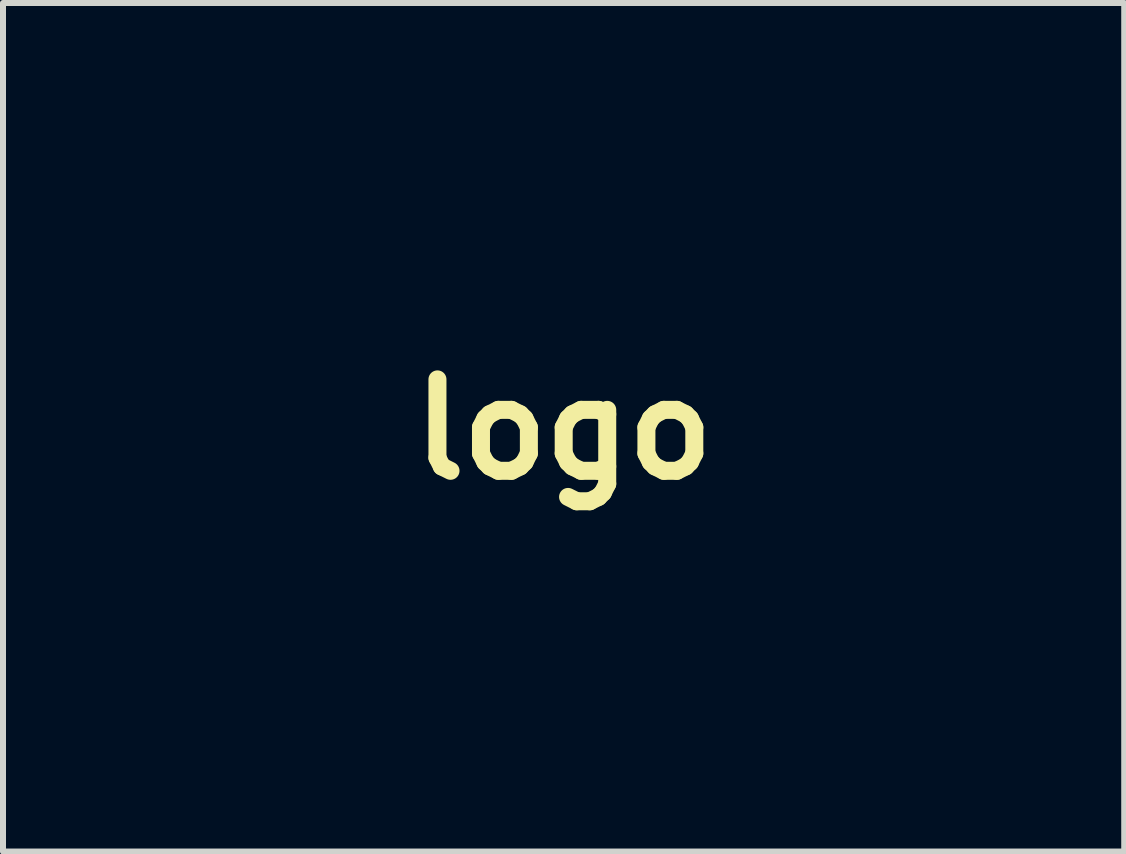
<source format=kicad_pcb>
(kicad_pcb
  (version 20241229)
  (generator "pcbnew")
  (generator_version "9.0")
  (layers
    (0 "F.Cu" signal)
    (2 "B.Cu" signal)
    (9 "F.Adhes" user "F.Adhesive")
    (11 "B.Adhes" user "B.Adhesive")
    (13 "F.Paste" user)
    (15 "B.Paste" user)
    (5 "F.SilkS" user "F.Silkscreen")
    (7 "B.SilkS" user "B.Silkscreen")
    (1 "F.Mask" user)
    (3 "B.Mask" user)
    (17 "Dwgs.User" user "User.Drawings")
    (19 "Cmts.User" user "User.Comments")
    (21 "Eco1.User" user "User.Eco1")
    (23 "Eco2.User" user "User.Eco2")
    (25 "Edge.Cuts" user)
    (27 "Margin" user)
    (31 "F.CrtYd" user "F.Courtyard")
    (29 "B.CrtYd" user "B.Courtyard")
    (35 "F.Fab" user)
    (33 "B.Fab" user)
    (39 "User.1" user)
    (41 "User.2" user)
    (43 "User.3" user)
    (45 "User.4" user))
  (footprint "logo"
    (layer "F.Cu")
    (at 6.347 4.109)
    (property "Reference" "logo" (at 0 0 0) (layer "F.SilkS") (effects (font (size 1.524 1.524) (thickness 0.3))))
    (attr through_hole)
    (fp_poly (pts (xy 2.633 3.59) (xy 2.63 3.605) (xy 2.616 3.607) (xy 2.595 3.598) (xy 2.599 3.59) (xy 2.629 3.587) (xy 2.633 3.59)) (stroke (width 0.01) (type solid)) (fill yes) (layer "F.Mask"))
    (fp_poly (pts (xy 3.217 3.59) (xy 3.214 3.605) (xy 3.2 3.607) (xy 3.179 3.598) (xy 3.183 3.59) (xy 3.214 3.587) (xy 3.217 3.59)) (stroke (width 0.01) (type solid)) (fill yes) (layer "F.Mask"))
    (fp_poly (pts (xy 3.348 -3.226) (xy 3.363 -3.217) (xy 3.414 -3.17) (xy 3.417 -3.125) (xy 3.39 -3.089) (xy 3.329 -3.051) (xy 3.269 -3.064) (xy 3.24 -3.088) (xy 3.205 -3.136) (xy 3.214 -3.175) (xy 3.256 -3.211) (xy 3.306 -3.236) (xy 3.348 -3.226)) (stroke (width 0.01) (type solid)) (fill yes) (layer "F.Mask"))
    (fp_poly (pts (xy 4.288 3.048) (xy 4.303 3.057) (xy 4.354 3.104) (xy 4.357 3.149) (xy 4.33 3.185) (xy 4.269 3.222) (xy 4.209 3.209) (xy 4.18 3.186) (xy 4.145 3.138) (xy 4.154 3.099) (xy 4.196 3.062) (xy 4.245 3.037) (xy 4.288 3.048)) (stroke (width 0.01) (type solid)) (fill yes) (layer "F.Mask"))
    (fp_poly (pts (xy -0.167 -1.118) (xy -0.046 -1.055) (xy 0.059 -0.96) (xy 0.138 -0.845) (xy 0.173 -0.747) (xy 0.183 -0.594) (xy 0.156 -0.428) (xy 0.095 -0.267) (xy 0.093 -0.264) (xy 0.067 -0.223) (xy 0.015 -0.153) (xy -0.057 -0.058) (xy -0.144 0.053) (xy -0.241 0.177) (xy -0.344 0.305) (xy -0.447 0.432) (xy -0.545 0.552) (xy -0.634 0.659) (xy -0.707 0.746) (xy -0.762 0.807) (xy -0.791 0.836) (xy -0.794 0.838) (xy -0.811 0.819) (xy -0.856 0.765) (xy -0.924 0.683) (xy -1.011 0.576) (xy -1.113 0.451) (xy -1.219 0.32) (xy -1.368 0.135) (xy -1.487 -0.017) (xy -1.578 -0.143) (xy -1.647 -0.248) (xy -1.694 -0.338) (xy -1.725 -0.419) (xy -1.742 -0.497) (xy -1.748 -0.577) (xy -1.746 -0.65) (xy -1.739 -0.754) (xy -1.724 -0.827) (xy -1.694 -0.886) (xy -1.667 -0.925) (xy -1.55 -1.043) (xy -1.416 -1.115) (xy -1.27 -1.14) (xy -1.179 -1.132) (xy -1.091 -1.095) (xy -0.999 -1.024) (xy -0.915 -0.933) (xy -0.854 -0.835) (xy -0.836 -0.79) (xy -0.808 -0.715) (xy -0.784 -0.69) (xy -0.762 -0.715) (xy -0.75 -0.761) (xy -0.701 -0.878) (xy -0.616 -0.985) (xy -0.508 -1.072) (xy -0.388 -1.127) (xy -0.292 -1.142) (xy -0.167 -1.118)) (stroke (width 0.01) (type solid)) (fill yes) (layer "F.Mask"))
    (fp_poly (pts (xy -1.362 2.697) (xy -1.336 2.712) (xy -1.333 2.745) (xy -1.353 2.8) (xy -1.399 2.885) (xy -1.471 3.005) (xy -1.49 3.035) (xy -1.627 3.261) (xy -1.736 3.456) (xy -1.818 3.621) (xy -1.873 3.753) (xy -1.9 3.851) (xy -1.9 3.914) (xy -1.872 3.941) (xy -1.817 3.93) (xy -1.734 3.88) (xy -1.623 3.789) (xy -1.539 3.712) (xy -1.471 3.649) (xy -1.426 3.612) (xy -1.409 3.605) (xy -1.416 3.62) (xy -1.478 3.697) (xy -1.564 3.785) (xy -1.658 3.871) (xy -1.747 3.94) (xy -1.798 3.972) (xy -1.904 4.01) (xy -1.99 4.008) (xy -2.051 3.967) (xy -2.081 3.89) (xy -2.083 3.859) (xy -2.086 3.82) (xy -2.106 3.824) (xy -2.128 3.843) (xy -2.201 3.893) (xy -2.3 3.94) (xy -2.401 3.974) (xy -2.48 3.987) (xy -2.577 3.968) (xy -2.644 3.911) (xy -2.674 3.825) (xy -2.674 3.823) (xy -2.513 3.823) (xy -2.511 3.893) (xy -2.498 3.92) (xy -2.45 3.936) (xy -2.377 3.93) (xy -2.294 3.903) (xy -2.278 3.896) (xy -2.167 3.824) (xy -2.075 3.726) (xy -1.993 3.591) (xy -1.967 3.536) (xy -1.92 3.425) (xy -1.9 3.349) (xy -1.906 3.3) (xy -1.939 3.271) (xy -1.959 3.263) (xy -2.05 3.259) (xy -2.151 3.298) (xy -2.254 3.372) (xy -2.352 3.476) (xy -2.437 3.605) (xy -2.45 3.629) (xy -2.491 3.73) (xy -2.513 3.823) (xy -2.674 3.823) (xy -2.675 3.799) (xy -2.672 3.706) (xy -2.792 3.819) (xy -2.919 3.925) (xy -3.029 3.989) (xy -3.118 4.012) (xy -3.185 3.992) (xy -3.195 3.983) (xy -3.219 3.944) (xy -3.222 3.887) (xy -3.204 3.805) (xy -3.164 3.691) (xy -3.124 3.594) (xy -3.082 3.491) (xy -3.048 3.405) (xy -3.027 3.347) (xy -3.023 3.329) (xy -3.04 3.303) (xy -3.089 3.314) (xy -3.17 3.361) (xy -3.223 3.399) (xy -3.293 3.458) (xy -3.35 3.523) (xy -3.405 3.608) (xy -3.465 3.723) (xy -3.528 3.849) (xy -3.575 3.936) (xy -3.611 3.988) (xy -3.643 4.014) (xy -3.674 4.019) (xy -3.712 4.009) (xy -3.713 4.009) (xy -3.781 3.985) (xy -3.683 3.802) (xy -3.598 3.635) (xy -3.537 3.498) (xy -3.502 3.394) (xy -3.492 3.324) (xy -3.509 3.293) (xy -3.553 3.301) (xy -3.558 3.303) (xy -3.604 3.32) (xy -3.625 3.318) (xy -3.613 3.3) (xy -3.568 3.271) (xy -3.549 3.262) (xy -3.459 3.233) (xy -3.385 3.237) (xy -3.339 3.271) (xy -3.327 3.315) (xy -3.323 3.363) (xy -3.314 3.378) (xy -3.288 3.365) (xy -3.235 3.33) (xy -3.196 3.302) (xy -3.094 3.246) (xy -2.997 3.226) (xy -2.915 3.243) (xy -2.885 3.266) (xy -2.861 3.293) (xy -2.85 3.322) (xy -2.854 3.361) (xy -2.875 3.421) (xy -2.914 3.511) (xy -2.959 3.607) (xy -3.021 3.744) (xy -3.058 3.841) (xy -3.072 3.903) (xy -3.062 3.933) (xy -3.047 3.937) (xy -2.977 3.915) (xy -2.883 3.848) (xy -2.765 3.737) (xy -2.622 3.581) (xy -2.509 3.447) (xy -2.404 3.345) (xy -2.286 3.268) (xy -2.163 3.22) (xy -2.046 3.204) (xy -1.944 3.224) (xy -1.9 3.25) (xy -1.838 3.299) (xy -1.792 3.218) (xy -1.706 3.071) (xy -1.622 2.94) (xy -1.545 2.831) (xy -1.48 2.749) (xy -1.431 2.702) (xy -1.41 2.693) (xy -1.362 2.697)) (stroke (width 0.01) (type solid)) (fill yes) (layer "F.Mask"))
    (fp_poly (pts (xy 4.28 -4.06) (xy 4.314 -4.05) (xy 4.304 -4.037) (xy 4.25 -4.027) (xy 4.172 -4.021) (xy 4.057 -4.012) (xy 3.941 -3.986) (xy 3.822 -3.943) (xy 3.697 -3.879) (xy 3.563 -3.793) (xy 3.415 -3.681) (xy 3.252 -3.542) (xy 3.07 -3.373) (xy 2.866 -3.171) (xy 2.636 -2.935) (xy 2.378 -2.662) (xy 2.366 -2.648) (xy 2.248 -2.522) (xy 2.158 -2.429) (xy 2.091 -2.364) (xy 2.042 -2.322) (xy 2.003 -2.299) (xy 1.97 -2.288) (xy 1.941 -2.286) (xy 1.877 -2.294) (xy 1.854 -2.321) (xy 1.854 -2.325) (xy 1.865 -2.374) (xy 1.895 -2.465) (xy 1.943 -2.594) (xy 2.007 -2.757) (xy 2.087 -2.95) (xy 2.176 -3.159) (xy 2.23 -3.287) (xy 2.276 -3.397) (xy 2.31 -3.482) (xy 2.328 -3.533) (xy 2.331 -3.545) (xy 2.312 -3.529) (xy 2.265 -3.481) (xy 2.194 -3.406) (xy 2.103 -3.309) (xy 1.999 -3.196) (xy 1.886 -3.072) (xy 1.768 -2.943) (xy 1.651 -2.814) (xy 1.54 -2.69) (xy 1.44 -2.578) (xy 1.355 -2.481) (xy 1.346 -2.47) (xy 1.269 -2.384) (xy 1.214 -2.329) (xy 1.171 -2.3) (xy 1.129 -2.288) (xy 1.092 -2.286) (xy 0.998 -2.286) (xy 1.124 -2.635) (xy 1.223 -2.925) (xy 1.298 -3.18) (xy 1.349 -3.399) (xy 1.375 -3.58) (xy 1.377 -3.721) (xy 1.354 -3.82) (xy 1.35 -3.829) (xy 1.282 -3.903) (xy 1.181 -3.947) (xy 1.054 -3.959) (xy 0.907 -3.938) (xy 0.826 -3.914) (xy 0.656 -3.834) (xy 0.522 -3.723) (xy 0.43 -3.596) (xy 0.379 -3.477) (xy 0.356 -3.354) (xy 0.361 -3.242) (xy 0.394 -3.157) (xy 0.467 -3.095) (xy 0.568 -3.063) (xy 0.684 -3.067) (xy 0.712 -3.074) (xy 0.779 -3.089) (xy 0.822 -3.093) (xy 0.829 -3.091) (xy 0.814 -3.079) (xy 0.762 -3.06) (xy 0.726 -3.048) (xy 0.583 -3.029) (xy 0.463 -3.051) (xy 0.371 -3.111) (xy 0.311 -3.203) (xy 0.288 -3.323) (xy 0.306 -3.465) (xy 0.314 -3.491) (xy 0.387 -3.649) (xy 0.502 -3.782) (xy 0.66 -3.893) (xy 0.719 -3.924) (xy 0.892 -3.993) (xy 1.059 -4.028) (xy 1.211 -4.031) (xy 1.343 -4.002) (xy 1.447 -3.94) (xy 1.501 -3.877) (xy 1.535 -3.78) (xy 1.546 -3.644) (xy 1.535 -3.475) (xy 1.503 -3.278) (xy 1.45 -3.061) (xy 1.377 -2.828) (xy 1.347 -2.746) (xy 1.313 -2.651) (xy 1.289 -2.575) (xy 1.278 -2.531) (xy 1.278 -2.523) (xy 1.297 -2.539) (xy 1.345 -2.587) (xy 1.418 -2.664) (xy 1.511 -2.764) (xy 1.62 -2.882) (xy 1.729 -3.003) (xy 1.9 -3.193) (xy 2.041 -3.348) (xy 2.154 -3.472) (xy 2.243 -3.569) (xy 2.312 -3.641) (xy 2.365 -3.692) (xy 2.404 -3.725) (xy 2.433 -3.743) (xy 2.456 -3.751) (xy 2.476 -3.751) (xy 2.496 -3.746) (xy 2.508 -3.742) (xy 2.589 -3.721) (xy 2.448 -3.391) (xy 2.355 -3.171) (xy 2.273 -2.974) (xy 2.203 -2.804) (xy 2.148 -2.665) (xy 2.109 -2.562) (xy 2.087 -2.499) (xy 2.083 -2.481) (xy 2.1 -2.492) (xy 2.149 -2.535) (xy 2.226 -2.606) (xy 2.327 -2.702) (xy 2.448 -2.818) (xy 2.584 -2.951) (xy 2.724 -3.089) (xy 2.878 -3.241) (xy 3.025 -3.384) (xy 3.16 -3.513) (xy 3.279 -3.625) (xy 3.376 -3.714) (xy 3.446 -3.776) (xy 3.48 -3.802) (xy 3.713 -3.938) (xy 3.934 -4.025) (xy 4.145 -4.062) (xy 4.197 -4.064) (xy 4.28 -4.06)) (stroke (width 0.01) (type solid)) (fill yes) (layer "F.Mask"))
    (fp_poly (pts (xy 4.65 -3.569) (xy 4.656 -3.568) (xy 4.726 -3.55) (xy 4.595 -3.305) (xy 4.533 -3.191) (xy 4.473 -3.081) (xy 4.422 -2.99) (xy 4.399 -2.949) (xy 4.334 -2.838) (xy 4.469 -2.93) (xy 4.589 -2.998) (xy 4.689 -3.021) (xy 4.766 -2.999) (xy 4.786 -2.983) (xy 4.813 -2.948) (xy 4.822 -2.906) (xy 4.812 -2.849) (xy 4.781 -2.768) (xy 4.728 -2.654) (xy 4.71 -2.619) (xy 4.654 -2.501) (xy 4.623 -2.419) (xy 4.615 -2.369) (xy 4.631 -2.344) (xy 4.669 -2.337) (xy 4.718 -2.355) (xy 4.791 -2.402) (xy 4.878 -2.47) (xy 4.968 -2.552) (xy 5.038 -2.623) (xy 5.086 -2.674) (xy 5.103 -2.686) (xy 5.089 -2.66) (xy 5.085 -2.654) (xy 5.025 -2.578) (xy 4.941 -2.49) (xy 4.846 -2.403) (xy 4.754 -2.329) (xy 4.678 -2.28) (xy 4.662 -2.272) (xy 4.603 -2.249) (xy 4.569 -2.237) (xy 4.566 -2.237) (xy 4.54 -2.247) (xy 4.521 -2.254) (xy 4.472 -2.283) (xy 4.45 -2.329) (xy 4.453 -2.398) (xy 4.483 -2.496) (xy 4.541 -2.63) (xy 4.547 -2.642) (xy 4.607 -2.778) (xy 4.64 -2.873) (xy 4.647 -2.928) (xy 4.628 -2.946) (xy 4.588 -2.931) (xy 4.522 -2.892) (xy 4.445 -2.838) (xy 4.369 -2.778) (xy 4.307 -2.721) (xy 4.301 -2.715) (xy 4.248 -2.649) (xy 4.185 -2.558) (xy 4.124 -2.459) (xy 4.12 -2.451) (xy 4.056 -2.348) (xy 4.005 -2.287) (xy 3.963 -2.265) (xy 3.898 -2.268) (xy 3.874 -2.302) (xy 3.89 -2.366) (xy 3.908 -2.4) (xy 3.942 -2.46) (xy 3.961 -2.5) (xy 3.962 -2.506) (xy 3.945 -2.497) (xy 3.9 -2.462) (xy 3.837 -2.407) (xy 3.834 -2.403) (xy 3.726 -2.322) (xy 3.623 -2.274) (xy 3.535 -2.262) (xy 3.482 -2.279) (xy 3.454 -2.319) (xy 3.443 -2.398) (xy 3.443 -2.433) (xy 3.444 -2.561) (xy 3.335 -2.455) (xy 3.21 -2.35) (xy 3.097 -2.284) (xy 2.998 -2.261) (xy 2.919 -2.281) (xy 2.887 -2.307) (xy 2.851 -2.384) (xy 2.856 -2.491) (xy 2.903 -2.628) (xy 2.991 -2.793) (xy 3.027 -2.851) (xy 3.087 -2.931) (xy 3.142 -2.967) (xy 3.205 -2.967) (xy 3.236 -2.957) (xy 3.255 -2.941) (xy 3.25 -2.911) (xy 3.216 -2.855) (xy 3.203 -2.836) (xy 3.104 -2.675) (xy 3.043 -2.538) (xy 3.023 -2.428) (xy 3.023 -2.427) (xy 3.027 -2.366) (xy 3.048 -2.341) (xy 3.084 -2.337) (xy 3.136 -2.353) (xy 3.21 -2.396) (xy 3.294 -2.455) (xy 3.374 -2.522) (xy 3.432 -2.581) (xy 3.462 -2.625) (xy 3.508 -2.7) (xy 3.561 -2.792) (xy 3.579 -2.826) (xy 3.631 -2.924) (xy 3.657 -2.985) (xy 3.66 -3.016) (xy 3.647 -3.023) (xy 3.612 -3.036) (xy 3.607 -3.048) (xy 3.628 -3.068) (xy 3.664 -3.074) (xy 3.713 -3.092) (xy 3.769 -3.151) (xy 3.804 -3.201) (xy 3.862 -3.279) (xy 3.91 -3.319) (xy 3.948 -3.327) (xy 4.007 -3.317) (xy 4.025 -3.284) (xy 4.002 -3.224) (xy 3.976 -3.182) (xy 3.91 -3.086) (xy 3.975 -3.078) (xy 4.027 -3.064) (xy 4.034 -3.044) (xy 3.998 -3.026) (xy 3.946 -3.018) (xy 3.903 -3.012) (xy 3.869 -2.997) (xy 3.837 -2.964) (xy 3.799 -2.905) (xy 3.747 -2.812) (xy 3.73 -2.781) (xy 3.649 -2.618) (xy 3.6 -2.493) (xy 3.584 -2.406) (xy 3.601 -2.356) (xy 3.65 -2.345) (xy 3.709 -2.362) (xy 3.818 -2.428) (xy 3.933 -2.536) (xy 4.054 -2.689) (xy 4.183 -2.889) (xy 4.293 -3.083) (xy 4.381 -3.246) (xy 4.449 -3.369) (xy 4.5 -3.458) (xy 4.539 -3.518) (xy 4.57 -3.554) (xy 4.596 -3.571) (xy 4.621 -3.574) (xy 4.65 -3.569)) (stroke (width 0.01) (type solid)) (fill yes) (layer "F.Mask"))
    (fp_poly (pts (xy 3.679 3.035) (xy 3.683 3.045) (xy 3.663 3.07) (xy 3.645 3.073) (xy 3.606 3.093) (xy 3.565 3.139) (xy 3.546 3.172) (xy 3.536 3.206) (xy 3.535 3.253) (xy 3.542 3.325) (xy 3.558 3.432) (xy 3.565 3.48) (xy 3.587 3.639) (xy 3.591 3.759) (xy 3.576 3.846) (xy 3.539 3.91) (xy 3.478 3.959) (xy 3.414 3.992) (xy 3.281 4.03) (xy 3.166 4.021) (xy 3.068 3.964) (xy 3.044 3.94) (xy 2.997 3.895) (xy 2.971 3.888) (xy 2.961 3.902) (xy 2.92 3.948) (xy 2.845 3.988) (xy 2.751 4.018) (xy 2.656 4.031) (xy 2.575 4.024) (xy 2.565 4.021) (xy 2.488 3.971) (xy 2.425 3.893) (xy 2.399 3.831) (xy 2.383 3.757) (xy 2.283 3.848) (xy 2.163 3.941) (xy 2.056 3.994) (xy 1.964 4.007) (xy 1.893 3.98) (xy 1.847 3.913) (xy 1.82 3.841) (xy 1.722 3.905) (xy 1.633 3.949) (xy 1.531 3.977) (xy 1.434 3.986) (xy 1.357 3.974) (xy 1.331 3.96) (xy 1.278 3.885) (xy 1.277 3.879) (xy 1.422 3.879) (xy 1.439 3.92) (xy 1.49 3.938) (xy 1.568 3.926) (xy 1.661 3.889) (xy 1.708 3.862) (xy 1.812 3.777) (xy 1.889 3.664) (xy 1.895 3.652) (xy 1.941 3.564) (xy 1.989 3.483) (xy 2.013 3.446) (xy 2.046 3.387) (xy 2.046 3.338) (xy 2.036 3.313) (xy 1.99 3.266) (xy 1.92 3.253) (xy 1.834 3.272) (xy 1.742 3.318) (xy 1.652 3.389) (xy 1.581 3.471) (xy 1.509 3.587) (xy 1.457 3.701) (xy 1.427 3.801) (xy 1.422 3.879) (xy 1.277 3.879) (xy 1.263 3.787) (xy 1.287 3.673) (xy 1.347 3.551) (xy 1.436 3.433) (xy 1.576 3.307) (xy 1.723 3.229) (xy 1.876 3.2) (xy 1.886 3.2) (xy 1.968 3.206) (xy 2.02 3.23) (xy 2.054 3.265) (xy 2.092 3.302) (xy 2.118 3.306) (xy 2.12 3.304) (xy 2.154 3.288) (xy 2.173 3.29) (xy 2.232 3.309) (xy 2.246 3.313) (xy 2.256 3.331) (xy 2.241 3.374) (xy 2.199 3.448) (xy 2.145 3.531) (xy 2.071 3.648) (xy 2.027 3.736) (xy 2.008 3.803) (xy 2.007 3.825) (xy 2.02 3.898) (xy 2.06 3.928) (xy 2.125 3.916) (xy 2.214 3.861) (xy 2.328 3.764) (xy 2.393 3.701) (xy 2.459 3.635) (xy 2.507 3.59) (xy 2.53 3.572) (xy 2.53 3.575) (xy 2.527 3.603) (xy 2.537 3.607) (xy 2.539 3.622) (xy 2.51 3.659) (xy 2.501 3.669) (xy 2.449 3.745) (xy 2.447 3.82) (xy 2.496 3.895) (xy 2.501 3.9) (xy 2.582 3.952) (xy 2.669 3.959) (xy 2.749 3.926) (xy 2.811 3.857) (xy 2.835 3.795) (xy 2.839 3.74) (xy 2.834 3.65) (xy 2.822 3.543) (xy 2.815 3.495) (xy 2.796 3.355) (xy 2.792 3.253) (xy 2.804 3.182) (xy 2.833 3.129) (xy 2.872 3.094) (xy 2.932 3.06) (xy 3 3.036) (xy 3.059 3.027) (xy 3.095 3.035) (xy 3.099 3.045) (xy 3.078 3.07) (xy 3.061 3.073) (xy 3.022 3.093) (xy 2.982 3.138) (xy 2.962 3.174) (xy 2.952 3.215) (xy 2.953 3.273) (xy 2.962 3.361) (xy 2.972 3.43) (xy 2.992 3.55) (xy 3.01 3.624) (xy 3.029 3.654) (xy 3.05 3.647) (xy 3.061 3.632) (xy 3.098 3.609) (xy 3.112 3.607) (xy 3.123 3.621) (xy 3.093 3.661) (xy 3.085 3.669) (xy 3.042 3.727) (xy 3.023 3.782) (xy 3.023 3.785) (xy 3.04 3.838) (xy 3.082 3.897) (xy 3.085 3.9) (xy 3.166 3.952) (xy 3.253 3.959) (xy 3.333 3.926) (xy 3.395 3.857) (xy 3.419 3.795) (xy 3.423 3.74) (xy 3.418 3.65) (xy 3.406 3.543) (xy 3.399 3.495) (xy 3.38 3.355) (xy 3.376 3.253) (xy 3.388 3.182) (xy 3.417 3.129) (xy 3.456 3.094) (xy 3.517 3.06) (xy 3.584 3.036) (xy 3.643 3.027) (xy 3.679 3.035)) (stroke (width 0.01) (type solid)) (fill yes) (layer "F.Mask"))
    (fp_poly (pts (xy 6.025 3.243) (xy 6.056 3.266) (xy 6.08 3.293) (xy 6.09 3.322) (xy 6.087 3.361) (xy 6.066 3.421) (xy 6.027 3.511) (xy 5.982 3.607) (xy 5.934 3.711) (xy 5.896 3.802) (xy 5.873 3.868) (xy 5.868 3.893) (xy 5.882 3.933) (xy 5.926 3.933) (xy 6 3.892) (xy 6.103 3.809) (xy 6.208 3.712) (xy 6.276 3.649) (xy 6.321 3.612) (xy 6.338 3.605) (xy 6.331 3.62) (xy 6.269 3.697) (xy 6.183 3.785) (xy 6.089 3.871) (xy 6 3.94) (xy 5.949 3.972) (xy 5.851 4.008) (xy 5.776 4.003) (xy 5.729 3.961) (xy 5.715 3.893) (xy 5.725 3.844) (xy 5.751 3.763) (xy 5.789 3.662) (xy 5.817 3.594) (xy 5.859 3.491) (xy 5.893 3.405) (xy 5.914 3.347) (xy 5.918 3.329) (xy 5.901 3.303) (xy 5.851 3.314) (xy 5.771 3.361) (xy 5.717 3.4) (xy 5.635 3.47) (xy 5.572 3.548) (xy 5.513 3.652) (xy 5.496 3.686) (xy 5.447 3.786) (xy 5.398 3.88) (xy 5.361 3.947) (xy 5.356 3.954) (xy 5.319 4.006) (xy 5.286 4.022) (xy 5.235 4.01) (xy 5.232 4.009) (xy 5.158 3.984) (xy 5.239 3.841) (xy 5.281 3.765) (xy 5.299 3.727) (xy 5.294 3.719) (xy 5.267 3.734) (xy 5.258 3.741) (xy 5.185 3.774) (xy 5.117 3.785) (xy 5.037 3.805) (xy 4.964 3.863) (xy 4.847 3.961) (xy 4.726 4.015) (xy 4.609 4.022) (xy 4.522 3.994) (xy 4.444 3.928) (xy 4.407 3.842) (xy 4.577 3.842) (xy 4.598 3.913) (xy 4.646 3.954) (xy 4.718 3.959) (xy 4.803 3.929) (xy 4.852 3.898) (xy 4.928 3.835) (xy 4.963 3.784) (xy 4.96 3.735) (xy 4.942 3.703) (xy 4.908 3.616) (xy 4.908 3.583) (xy 4.937 3.583) (xy 4.957 3.651) (xy 4.99 3.698) (xy 5.018 3.708) (xy 5.044 3.687) (xy 5.079 3.632) (xy 5.102 3.583) (xy 5.144 3.467) (xy 5.153 3.388) (xy 5.13 3.343) (xy 5.117 3.336) (xy 5.069 3.342) (xy 5.014 3.382) (xy 4.966 3.444) (xy 4.939 3.511) (xy 4.937 3.583) (xy 4.908 3.583) (xy 4.907 3.51) (xy 4.939 3.406) (xy 4.941 3.402) (xy 4.981 3.326) (xy 4.884 3.365) (xy 4.78 3.427) (xy 4.691 3.517) (xy 4.624 3.624) (xy 4.584 3.736) (xy 4.577 3.842) (xy 4.407 3.842) (xy 4.405 3.836) (xy 4.409 3.734) (xy 4.412 3.706) (xy 4.397 3.706) (xy 4.36 3.735) (xy 4.295 3.798) (xy 4.162 3.913) (xy 4.045 3.985) (xy 3.945 4.013) (xy 3.864 3.996) (xy 3.827 3.967) (xy 3.791 3.889) (xy 3.796 3.783) (xy 3.843 3.646) (xy 3.931 3.481) (xy 3.967 3.423) (xy 4.026 3.343) (xy 4.082 3.307) (xy 4.145 3.307) (xy 4.176 3.317) (xy 4.195 3.333) (xy 4.19 3.363) (xy 4.156 3.419) (xy 4.143 3.438) (xy 4.044 3.599) (xy 3.983 3.736) (xy 3.962 3.846) (xy 3.962 3.847) (xy 3.967 3.908) (xy 3.988 3.933) (xy 4.025 3.937) (xy 4.089 3.918) (xy 4.173 3.865) (xy 4.267 3.786) (xy 4.362 3.691) (xy 4.448 3.585) (xy 4.466 3.561) (xy 4.59 3.417) (xy 4.73 3.318) (xy 4.881 3.265) (xy 5.039 3.261) (xy 5.069 3.266) (xy 5.139 3.291) (xy 5.179 3.339) (xy 5.189 3.413) (xy 5.168 3.518) (xy 5.118 3.658) (xy 5.094 3.715) (xy 5.092 3.75) (xy 5.126 3.759) (xy 5.187 3.74) (xy 5.245 3.708) (xy 5.321 3.637) (xy 5.39 3.517) (xy 5.396 3.504) (xy 5.438 3.396) (xy 5.451 3.324) (xy 5.436 3.292) (xy 5.391 3.299) (xy 5.383 3.303) (xy 5.337 3.32) (xy 5.316 3.318) (xy 5.327 3.3) (xy 5.373 3.271) (xy 5.392 3.262) (xy 5.482 3.233) (xy 5.555 3.237) (xy 5.602 3.271) (xy 5.613 3.315) (xy 5.618 3.363) (xy 5.626 3.378) (xy 5.653 3.365) (xy 5.705 3.33) (xy 5.744 3.302) (xy 5.847 3.246) (xy 5.944 3.226) (xy 6.025 3.243)) (stroke (width 0.01) (type solid)) (fill yes) (layer "F.Mask"))
    (fp_poly (pts (xy -3.441 2.289) (xy -3.438 2.29) (xy -3.384 2.329) (xy -3.357 2.371) (xy -3.368 2.408) (xy -3.405 2.481) (xy -3.465 2.584) (xy -3.545 2.711) (xy -3.617 2.822) (xy -3.699 2.947) (xy -3.768 3.056) (xy -3.82 3.143) (xy -3.851 3.202) (xy -3.858 3.226) (xy -3.858 3.226) (xy -3.81 3.211) (xy -3.745 3.173) (xy -3.681 3.127) (xy -3.637 3.084) (xy -3.633 3.078) (xy -3.613 3.055) (xy -3.608 3.062) (xy -3.627 3.104) (xy -3.679 3.155) (xy -3.748 3.206) (xy -3.822 3.243) (xy -3.837 3.249) (xy -3.887 3.271) (xy -3.932 3.309) (xy -3.98 3.372) (xy -4.041 3.47) (xy -4.044 3.474) (xy -4.131 3.633) (xy -4.186 3.756) (xy -4.208 3.842) (xy -4.197 3.89) (xy -4.154 3.901) (xy -4.08 3.873) (xy -3.974 3.805) (xy -3.905 3.754) (xy -3.844 3.712) (xy -3.813 3.703) (xy -3.818 3.724) (xy -3.862 3.773) (xy -3.867 3.778) (xy -3.978 3.866) (xy -4.092 3.932) (xy -4.199 3.973) (xy -4.29 3.985) (xy -4.355 3.965) (xy -4.364 3.957) (xy -4.392 3.894) (xy -4.385 3.8) (xy -4.345 3.677) (xy -4.273 3.53) (xy -4.206 3.418) (xy -4.117 3.279) (xy -4.211 3.261) (xy -4.291 3.242) (xy -4.389 3.214) (xy -4.441 3.197) (xy -4.577 3.151) (xy -4.828 3.384) (xy -4.938 3.488) (xy -5.009 3.563) (xy -5.04 3.614) (xy -5.031 3.643) (xy -4.981 3.656) (xy -4.89 3.657) (xy -4.79 3.651) (xy -4.695 3.646) (xy -4.647 3.645) (xy -4.642 3.65) (xy -4.677 3.66) (xy -4.686 3.662) (xy -4.765 3.673) (xy -4.87 3.677) (xy -4.972 3.674) (xy -5.075 3.671) (xy -5.145 3.676) (xy -5.172 3.688) (xy -5.2 3.713) (xy -5.259 3.757) (xy -5.336 3.809) (xy -5.342 3.813) (xy -5.505 3.902) (xy -5.677 3.966) (xy -5.847 4.003) (xy -6.003 4.011) (xy -6.135 3.987) (xy -6.16 3.978) (xy -6.263 3.909) (xy -6.324 3.816) (xy -6.342 3.709) (xy -6.313 3.594) (xy -6.307 3.582) (xy -6.25 3.504) (xy -6.174 3.437) (xy -6.093 3.392) (xy -6.035 3.38) (xy -6.008 3.385) (xy -6.026 3.395) (xy -6.054 3.404) (xy -6.165 3.463) (xy -6.246 3.562) (xy -6.266 3.603) (xy -6.29 3.713) (xy -6.263 3.814) (xy -6.19 3.901) (xy -6.146 3.935) (xy -6.104 3.954) (xy -6.048 3.961) (xy -5.963 3.96) (xy -5.914 3.957) (xy -5.793 3.945) (xy -5.693 3.922) (xy -5.589 3.881) (xy -5.532 3.853) (xy -5.433 3.801) (xy -5.342 3.748) (xy -5.277 3.704) (xy -5.271 3.699) (xy -5.195 3.638) (xy -5.287 3.599) (xy -5.394 3.538) (xy -5.503 3.447) (xy -5.595 3.344) (xy -5.641 3.273) (xy -5.683 3.151) (xy -5.683 3.141) (xy -5.63 3.141) (xy -5.59 3.262) (xy -5.545 3.337) (xy -5.491 3.398) (xy -5.416 3.463) (xy -5.333 3.524) (xy -5.253 3.572) (xy -5.189 3.599) (xy -5.164 3.601) (xy -5.134 3.582) (xy -5.076 3.535) (xy -4.997 3.466) (xy -4.905 3.383) (xy -4.889 3.368) (xy -4.8 3.283) (xy -4.729 3.21) (xy -4.681 3.155) (xy -4.665 3.125) (xy -4.666 3.123) (xy -4.671 3.119) (xy -4.535 3.119) (xy -4.505 3.132) (xy -4.441 3.154) (xy -4.357 3.18) (xy -4.267 3.206) (xy -4.187 3.228) (xy -4.13 3.241) (xy -4.111 3.243) (xy -4.092 3.222) (xy -4.05 3.164) (xy -3.989 3.077) (xy -3.914 2.966) (xy -3.829 2.839) (xy -3.811 2.812) (xy -3.706 2.653) (xy -3.626 2.531) (xy -3.57 2.442) (xy -3.533 2.38) (xy -3.514 2.341) (xy -3.51 2.32) (xy -3.517 2.312) (xy -3.523 2.311) (xy -3.559 2.325) (xy -3.624 2.36) (xy -3.706 2.408) (xy -3.793 2.463) (xy -3.871 2.517) (xy -3.92 2.555) (xy -4.018 2.638) (xy -4.124 2.73) (xy -4.23 2.825) (xy -4.33 2.915) (xy -4.417 2.996) (xy -4.484 3.061) (xy -4.525 3.104) (xy -4.535 3.119) (xy -4.671 3.119) (xy -4.712 3.094) (xy -4.795 3.056) (xy -4.904 3.013) (xy -5.025 2.97) (xy -5.148 2.931) (xy -5.259 2.9) (xy -5.347 2.88) (xy -5.374 2.877) (xy -5.461 2.871) (xy -5.514 2.876) (xy -5.55 2.896) (xy -5.585 2.936) (xy -5.586 2.937) (xy -5.629 3.03) (xy -5.63 3.141) (xy -5.683 3.141) (xy -5.686 3.036) (xy -5.653 2.939) (xy -5.586 2.866) (xy -5.495 2.83) (xy -5.404 2.824) (xy -5.29 2.84) (xy -5.148 2.879) (xy -4.971 2.942) (xy -4.875 2.98) (xy -4.607 3.09) (xy -4.456 2.952) (xy -4.266 2.782) (xy -4.088 2.632) (xy -3.928 2.506) (xy -3.791 2.408) (xy -3.683 2.341) (xy -3.666 2.333) (xy -3.581 2.293) (xy -3.525 2.274) (xy -3.483 2.273) (xy -3.441 2.289)) (stroke (width 0.01) (type solid)) (fill yes) (layer "F.Mask"))
    (fp_poly (pts (xy 1.106 2.039) (xy 1.325 2.103) (xy 1.372 2.123) (xy 1.459 2.159) (xy 1.521 2.174) (xy 1.577 2.171) (xy 1.616 2.161) (xy 1.783 2.134) (xy 1.946 2.142) (xy 2.092 2.184) (xy 2.211 2.258) (xy 2.228 2.273) (xy 2.275 2.326) (xy 2.3 2.374) (xy 2.31 2.439) (xy 2.311 2.512) (xy 2.309 2.593) (xy 2.301 2.649) (xy 2.292 2.667) (xy 2.282 2.644) (xy 2.279 2.588) (xy 2.281 2.559) (xy 2.268 2.436) (xy 2.214 2.336) (xy 2.125 2.263) (xy 2.008 2.221) (xy 1.868 2.212) (xy 1.719 2.237) (xy 1.658 2.256) (xy 1.638 2.274) (xy 1.651 2.304) (xy 1.662 2.319) (xy 1.763 2.476) (xy 1.818 2.614) (xy 1.829 2.738) (xy 1.795 2.852) (xy 1.717 2.96) (xy 1.691 2.986) (xy 1.588 3.068) (xy 1.474 3.119) (xy 1.338 3.144) (xy 1.169 3.144) (xy 1.132 3.142) (xy 0.92 3.127) (xy 0.804 3.326) (xy 0.661 3.545) (xy 0.514 3.716) (xy 0.358 3.842) (xy 0.189 3.925) (xy 0.004 3.97) (xy -0.088 3.978) (xy -0.193 3.979) (xy -0.286 3.976) (xy -0.349 3.968) (xy -0.356 3.966) (xy -0.492 3.903) (xy -0.591 3.819) (xy -0.648 3.72) (xy -0.66 3.641) (xy -0.638 3.559) (xy -0.581 3.478) (xy -0.503 3.418) (xy -0.469 3.403) (xy -0.372 3.389) (xy -0.271 3.401) (xy -0.187 3.437) (xy -0.154 3.465) (xy -0.126 3.512) (xy -0.105 3.571) (xy -0.094 3.625) (xy -0.098 3.656) (xy -0.103 3.658) (xy -0.123 3.637) (xy -0.127 3.611) (xy -0.149 3.552) (xy -0.207 3.494) (xy -0.284 3.452) (xy -0.333 3.439) (xy -0.425 3.446) (xy -0.512 3.485) (xy -0.577 3.546) (xy -0.599 3.594) (xy -0.599 3.691) (xy -0.555 3.78) (xy -0.473 3.85) (xy -0.446 3.863) (xy -0.338 3.895) (xy -0.203 3.91) (xy -0.066 3.906) (xy 0.051 3.884) (xy 0.053 3.883) (xy 0.198 3.809) (xy 0.346 3.685) (xy 0.497 3.511) (xy 0.651 3.285) (xy 0.719 3.17) (xy 0.788 3.051) (xy 0.739 3.017) (xy 0.989 3.017) (xy 0.991 3.04) (xy 1.009 3.052) (xy 1.089 3.068) (xy 1.196 3.071) (xy 1.309 3.06) (xy 1.406 3.038) (xy 1.422 3.032) (xy 1.534 2.963) (xy 1.609 2.864) (xy 1.643 2.744) (xy 1.633 2.611) (xy 1.615 2.556) (xy 1.578 2.477) (xy 1.536 2.413) (xy 1.522 2.398) (xy 1.492 2.375) (xy 1.466 2.372) (xy 1.432 2.395) (xy 1.376 2.448) (xy 1.359 2.465) (xy 1.296 2.537) (xy 1.22 2.637) (xy 1.143 2.748) (xy 1.105 2.806) (xy 1.043 2.908) (xy 1.005 2.976) (xy 0.989 3.017) (xy 0.739 3.017) (xy 0.731 3.012) (xy 0.693 2.99) (xy 0.661 2.994) (xy 0.617 3.028) (xy 0.598 3.046) (xy 0.482 3.134) (xy 0.338 3.208) (xy 0.18 3.263) (xy 0.026 3.294) (xy -0.111 3.295) (xy -0.135 3.292) (xy -0.22 3.262) (xy -0.296 3.216) (xy -0.298 3.214) (xy -0.336 3.177) (xy -0.357 3.137) (xy -0.366 3.079) (xy -0.367 3.015) (xy -0.331 3.015) (xy -0.32 3.085) (xy -0.276 3.164) (xy -0.194 3.217) (xy -0.081 3.244) (xy 0.055 3.242) (xy 0.202 3.211) (xy 0.348 3.155) (xy 0.477 3.081) (xy 0.566 3.004) (xy 0.588 2.975) (xy 0.593 2.946) (xy 0.578 2.905) (xy 0.54 2.838) (xy 0.521 2.806) (xy 0.473 2.722) (xy 0.443 2.662) (xy 0.433 2.632) (xy 0.444 2.635) (xy 0.475 2.676) (xy 0.504 2.719) (xy 0.57 2.817) (xy 0.621 2.869) (xy 0.661 2.876) (xy 0.695 2.839) (xy 0.729 2.759) (xy 0.733 2.746) (xy 0.76 2.604) (xy 0.741 2.468) (xy 0.724 2.421) (xy 0.698 2.349) (xy 0.696 2.32) (xy 0.713 2.331) (xy 0.744 2.383) (xy 0.765 2.426) (xy 0.804 2.574) (xy 0.793 2.726) (xy 0.747 2.848) (xy 0.722 2.904) (xy 0.723 2.938) (xy 0.749 2.969) (xy 0.766 2.986) (xy 0.781 2.995) (xy 0.797 2.99) (xy 0.821 2.966) (xy 0.856 2.918) (xy 0.909 2.84) (xy 0.982 2.728) (xy 1.017 2.675) (xy 1.092 2.567) (xy 1.17 2.466) (xy 1.24 2.385) (xy 1.275 2.351) (xy 1.335 2.298) (xy 1.36 2.267) (xy 1.356 2.244) (xy 1.332 2.223) (xy 1.279 2.193) (xy 1.201 2.159) (xy 1.156 2.141) (xy 0.984 2.102) (xy 0.803 2.098) (xy 0.617 2.125) (xy 0.433 2.179) (xy 0.255 2.257) (xy 0.091 2.355) (xy -0.054 2.469) (xy -0.175 2.596) (xy -0.265 2.732) (xy -0.319 2.873) (xy -0.331 3.015) (xy -0.367 3.015) (xy -0.367 2.986) (xy -0.367 2.98) (xy -0.356 2.847) (xy -0.322 2.729) (xy -0.258 2.616) (xy -0.16 2.495) (xy -0.092 2.424) (xy 0.085 2.278) (xy 0.292 2.156) (xy 0.511 2.067) (xy 0.659 2.03) (xy 0.878 2.014) (xy 1.106 2.039)) (stroke (width 0.01) (type solid)) (fill yes) (layer "F.Mask"))
    (fp_poly (pts (xy -4.999 -4.078) (xy -4.864 -4.031) (xy -4.706 -3.943) (xy -4.587 -3.843) (xy -4.508 -3.729) (xy -4.468 -3.596) (xy -4.465 -3.44) (xy -4.501 -3.26) (xy -4.573 -3.05) (xy -4.674 -2.824) (xy -4.728 -2.708) (xy -4.772 -2.61) (xy -4.802 -2.537) (xy -4.815 -2.498) (xy -4.814 -2.495) (xy -4.789 -2.502) (xy -4.74 -2.549) (xy -4.672 -2.629) (xy -4.589 -2.739) (xy -4.495 -2.873) (xy -4.463 -2.921) (xy -4.289 -3.173) (xy -4.134 -3.383) (xy -3.991 -3.555) (xy -3.858 -3.694) (xy -3.73 -3.802) (xy -3.602 -3.884) (xy -3.471 -3.944) (xy -3.332 -3.985) (xy -3.301 -3.992) (xy -3.132 -4.007) (xy -2.984 -3.978) (xy -2.863 -3.91) (xy -2.772 -3.803) (xy -2.715 -3.661) (xy -2.701 -3.576) (xy -2.698 -3.473) (xy -2.709 -3.368) (xy -2.717 -3.331) (xy -2.752 -3.243) (xy -2.802 -3.167) (xy -2.858 -3.115) (xy -2.901 -3.099) (xy -2.908 -3.112) (xy -2.879 -3.143) (xy -2.878 -3.144) (xy -2.807 -3.229) (xy -2.762 -3.344) (xy -2.745 -3.476) (xy -2.756 -3.612) (xy -2.794 -3.737) (xy -2.855 -3.831) (xy -2.946 -3.91) (xy -3.05 -3.95) (xy -3.182 -3.958) (xy -3.208 -3.957) (xy -3.273 -3.951) (xy -3.326 -3.939) (xy -3.373 -3.915) (xy -3.418 -3.875) (xy -3.467 -3.811) (xy -3.526 -3.719) (xy -3.6 -3.592) (xy -3.669 -3.47) (xy -3.782 -3.265) (xy -3.886 -3.069) (xy -3.977 -2.886) (xy -4.053 -2.724) (xy -4.111 -2.589) (xy -4.147 -2.487) (xy -4.159 -2.438) (xy -4.164 -2.373) (xy -4.154 -2.344) (xy -4.123 -2.337) (xy -4.121 -2.337) (xy -4.059 -2.355) (xy -3.977 -2.402) (xy -3.887 -2.469) (xy -3.802 -2.546) (xy -3.74 -2.618) (xy -3.611 -2.784) (xy -3.495 -2.908) (xy -3.387 -2.994) (xy -3.282 -3.047) (xy -3.172 -3.071) (xy -3.118 -3.073) (xy -3.036 -3.067) (xy -2.984 -3.044) (xy -2.95 -3.009) (xy -2.912 -2.972) (xy -2.886 -2.968) (xy -2.884 -2.97) (xy -2.85 -2.986) (xy -2.831 -2.983) (xy -2.772 -2.965) (xy -2.758 -2.961) (xy -2.748 -2.943) (xy -2.763 -2.9) (xy -2.805 -2.826) (xy -2.859 -2.743) (xy -2.939 -2.61) (xy -2.987 -2.5) (xy -3.002 -2.415) (xy -2.983 -2.361) (xy -2.961 -2.347) (xy -2.903 -2.35) (xy -2.821 -2.393) (xy -2.718 -2.473) (xy -2.598 -2.586) (xy -2.466 -2.729) (xy -2.407 -2.798) (xy -2.292 -2.914) (xy -2.167 -3) (xy -2.042 -3.053) (xy -1.923 -3.072) (xy -1.82 -3.052) (xy -1.773 -3.024) (xy -1.711 -2.975) (xy -1.665 -3.056) (xy -1.579 -3.203) (xy -1.495 -3.334) (xy -1.418 -3.443) (xy -1.353 -3.525) (xy -1.304 -3.572) (xy -1.283 -3.581) (xy -1.235 -3.577) (xy -1.209 -3.562) (xy -1.206 -3.529) (xy -1.226 -3.474) (xy -1.272 -3.389) (xy -1.344 -3.269) (xy -1.363 -3.238) (xy -1.494 -3.023) (xy -1.601 -2.832) (xy -1.684 -2.668) (xy -1.741 -2.534) (xy -1.772 -2.433) (xy -1.774 -2.366) (xy -1.748 -2.338) (xy -1.739 -2.337) (xy -1.684 -2.348) (xy -1.619 -2.382) (xy -1.541 -2.444) (xy -1.446 -2.536) (xy -1.35 -2.64) (xy -1.118 -2.64) (xy -1.097 -2.63) (xy -1.044 -2.642) (xy -0.97 -2.669) (xy -0.887 -2.709) (xy -0.854 -2.727) (xy -0.764 -2.793) (xy -0.709 -2.861) (xy -0.695 -2.923) (xy -0.71 -2.958) (xy -0.753 -2.991) (xy -0.803 -2.988) (xy -0.871 -2.945) (xy -0.891 -2.928) (xy -0.947 -2.874) (xy -1.009 -2.804) (xy -1.064 -2.733) (xy -1.104 -2.673) (xy -1.118 -2.64) (xy -1.35 -2.64) (xy -1.329 -2.662) (xy -1.186 -2.826) (xy -1.176 -2.839) (xy -1.068 -2.945) (xy -0.957 -3.015) (xy -0.85 -3.047) (xy -0.755 -3.039) (xy -0.685 -2.996) (xy -0.649 -2.931) (xy -0.658 -2.859) (xy -0.708 -2.784) (xy -0.794 -2.711) (xy -0.912 -2.645) (xy -1.057 -2.591) (xy -1.058 -2.59) (xy -1.131 -2.561) (xy -1.167 -2.523) (xy -1.176 -2.492) (xy -1.177 -2.407) (xy -1.144 -2.351) (xy -1.082 -2.326) (xy -0.999 -2.33) (xy -0.899 -2.362) (xy -0.788 -2.421) (xy -0.673 -2.506) (xy -0.592 -2.582) (xy -0.531 -2.642) (xy -0.49 -2.677) (xy -0.476 -2.682) (xy -0.478 -2.675) (xy -0.523 -2.616) (xy -0.596 -2.541) (xy -0.687 -2.461) (xy -0.782 -2.387) (xy -0.867 -2.33) (xy -0.896 -2.314) (xy -1.008 -2.276) (xy -1.125 -2.262) (xy -1.229 -2.274) (xy -1.29 -2.3) (xy -1.327 -2.339) (xy -1.344 -2.399) (xy -1.346 -2.456) (xy -1.346 -2.572) (xy -1.469 -2.457) (xy -1.593 -2.356) (xy -1.705 -2.29) (xy -1.802 -2.26) (xy -1.878 -2.266) (xy -1.931 -2.31) (xy -1.955 -2.39) (xy -1.956 -2.415) (xy -1.959 -2.454) (xy -1.979 -2.45) (xy -2.001 -2.431) (xy -2.074 -2.381) (xy -2.173 -2.334) (xy -2.274 -2.3) (xy -2.353 -2.287) (xy -2.452 -2.306) (xy -2.517 -2.362) (xy -2.546 -2.451) (xy -2.386 -2.451) (xy -2.384 -2.381) (xy -2.371 -2.354) (xy -2.323 -2.338) (xy -2.25 -2.344) (xy -2.167 -2.37) (xy -2.151 -2.378) (xy -2.04 -2.45) (xy -1.948 -2.548) (xy -1.866 -2.682) (xy -1.84 -2.738) (xy -1.793 -2.849) (xy -1.773 -2.925) (xy -1.779 -2.974) (xy -1.812 -3.003) (xy -1.832 -3.011) (xy -1.923 -3.014) (xy -2.024 -2.976) (xy -2.127 -2.902) (xy -2.225 -2.797) (xy -2.31 -2.668) (xy -2.323 -2.645) (xy -2.364 -2.543) (xy -2.386 -2.451) (xy -2.546 -2.451) (xy -2.546 -2.453) (xy -2.547 -2.489) (xy -2.542 -2.596) (xy -2.679 -2.467) (xy -2.808 -2.358) (xy -2.922 -2.291) (xy -3.019 -2.265) (xy -3.095 -2.281) (xy -3.148 -2.34) (xy -3.157 -2.361) (xy -3.184 -2.433) (xy -3.283 -2.368) (xy -3.385 -2.317) (xy -3.493 -2.291) (xy -3.594 -2.291) (xy -3.672 -2.317) (xy -3.694 -2.335) (xy -3.725 -2.395) (xy -3.582 -2.395) (xy -3.564 -2.354) (xy -3.514 -2.336) (xy -3.436 -2.347) (xy -3.343 -2.384) (xy -3.295 -2.412) (xy -3.192 -2.497) (xy -3.115 -2.61) (xy -3.109 -2.621) (xy -3.062 -2.71) (xy -3.015 -2.79) (xy -2.991 -2.828) (xy -2.958 -2.887) (xy -2.958 -2.936) (xy -2.968 -2.961) (xy -3.013 -3.008) (xy -3.084 -3.021) (xy -3.17 -3.002) (xy -3.262 -2.956) (xy -3.352 -2.885) (xy -3.422 -2.803) (xy -3.494 -2.686) (xy -3.547 -2.573) (xy -3.577 -2.473) (xy -3.582 -2.395) (xy -3.725 -2.395) (xy -3.734 -2.413) (xy -3.741 -2.479) (xy -3.739 -2.568) (xy -3.864 -2.451) (xy -3.98 -2.357) (xy -4.092 -2.293) (xy -4.192 -2.262) (xy -4.273 -2.267) (xy -4.313 -2.291) (xy -4.339 -2.343) (xy -4.337 -2.425) (xy -4.309 -2.541) (xy -4.265 -2.66) (xy -4.219 -2.768) (xy -4.153 -2.908) (xy -4.075 -3.067) (xy -3.991 -3.231) (xy -3.907 -3.389) (xy -3.829 -3.527) (xy -3.781 -3.609) (xy -3.741 -3.678) (xy -3.714 -3.731) (xy -3.708 -3.749) (xy -3.725 -3.742) (xy -3.769 -3.706) (xy -3.834 -3.646) (xy -3.876 -3.606) (xy -3.965 -3.509) (xy -4.072 -3.375) (xy -4.191 -3.213) (xy -4.312 -3.038) (xy -4.404 -2.901) (xy -4.497 -2.769) (xy -4.582 -2.654) (xy -4.653 -2.562) (xy -4.698 -2.511) (xy -4.769 -2.442) (xy -4.823 -2.404) (xy -4.876 -2.389) (xy -4.911 -2.388) (xy -4.984 -2.397) (xy -5.019 -2.424) (xy -5.013 -2.458) (xy -4.987 -2.529) (xy -4.945 -2.628) (xy -4.89 -2.746) (xy -4.852 -2.824) (xy -4.753 -3.036) (xy -4.681 -3.22) (xy -4.637 -3.374) (xy -4.621 -3.494) (xy -4.632 -3.568) (xy -4.646 -3.582) (xy -4.667 -3.563) (xy -4.701 -3.505) (xy -4.738 -3.431) (xy -4.845 -3.239) (xy -4.978 -3.049) (xy -5.131 -2.867) (xy -5.296 -2.699) (xy -5.467 -2.552) (xy -5.638 -2.432) (xy -5.8 -2.347) (xy -5.937 -2.303) (xy -6.063 -2.301) (xy -6.178 -2.339) (xy -6.269 -2.411) (xy -6.328 -2.51) (xy -6.339 -2.552) (xy -6.335 -2.654) (xy -6.29 -2.745) (xy -6.213 -2.812) (xy -6.116 -2.844) (xy -6.094 -2.845) (xy -6.035 -2.834) (xy -5.97 -2.807) (xy -5.917 -2.773) (xy -5.893 -2.743) (xy -5.893 -2.741) (xy -5.91 -2.734) (xy -5.949 -2.754) (xy -6.04 -2.792) (xy -6.131 -2.786) (xy -6.209 -2.744) (xy -6.263 -2.671) (xy -6.281 -2.576) (xy -6.256 -2.476) (xy -6.194 -2.402) (xy -6.103 -2.359) (xy -5.992 -2.35) (xy -5.899 -2.37) (xy -5.739 -2.444) (xy -5.568 -2.557) (xy -5.393 -2.7) (xy -5.222 -2.865) (xy -5.064 -3.043) (xy -4.925 -3.227) (xy -4.814 -3.408) (xy -4.739 -3.578) (xy -4.734 -3.594) (xy -4.689 -3.735) (xy -4.787 -3.834) (xy -4.93 -3.948) (xy -5.091 -4.015) (xy -5.272 -4.035) (xy -5.307 -4.034) (xy -5.493 -4.002) (xy -5.655 -3.934) (xy -5.789 -3.835) (xy -5.891 -3.713) (xy -5.961 -3.572) (xy -5.994 -3.42) (xy -5.987 -3.263) (xy -5.938 -3.106) (xy -5.844 -2.957) (xy -5.816 -2.924) (xy -5.772 -2.872) (xy -5.749 -2.836) (xy -5.748 -2.828) (xy -5.771 -2.837) (xy -5.814 -2.878) (xy -5.866 -2.939) (xy -5.921 -3.011) (xy -5.968 -3.081) (xy -5.996 -3.133) (xy -6.034 -3.264) (xy -6.043 -3.415) (xy -6.025 -3.562) (xy -5.996 -3.65) (xy -5.921 -3.768) (xy -5.813 -3.882) (xy -5.685 -3.98) (xy -5.565 -4.043) (xy -5.382 -4.092) (xy -5.188 -4.104) (xy -4.999 -4.078)) (stroke (width 0.01) (type solid)) (fill yes) (layer "F.Mask")))
  (gr_rect
    (start -3 -3)
    (end 15.691 11.145)
    (stroke (width 0.1) (type default))
    (fill no)
    (layer "Edge.Cuts")))
</source>
